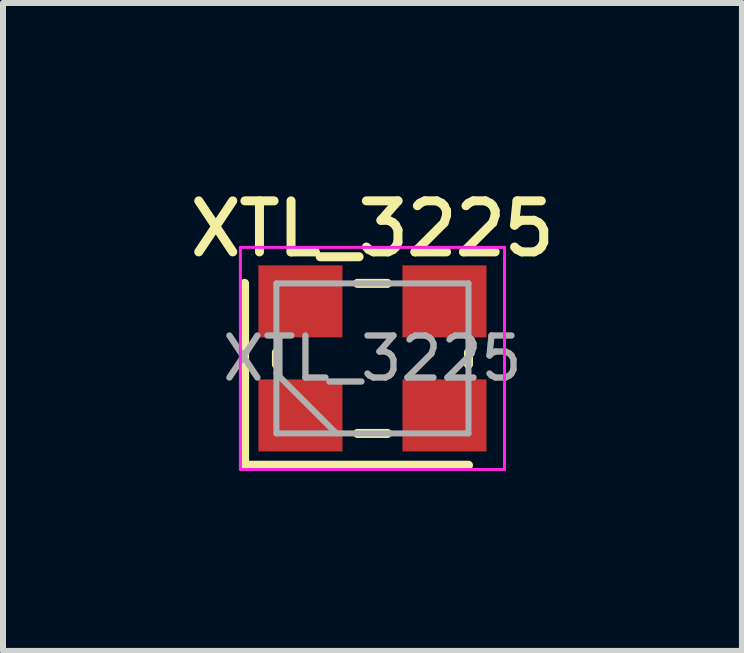
<source format=kicad_pcb>
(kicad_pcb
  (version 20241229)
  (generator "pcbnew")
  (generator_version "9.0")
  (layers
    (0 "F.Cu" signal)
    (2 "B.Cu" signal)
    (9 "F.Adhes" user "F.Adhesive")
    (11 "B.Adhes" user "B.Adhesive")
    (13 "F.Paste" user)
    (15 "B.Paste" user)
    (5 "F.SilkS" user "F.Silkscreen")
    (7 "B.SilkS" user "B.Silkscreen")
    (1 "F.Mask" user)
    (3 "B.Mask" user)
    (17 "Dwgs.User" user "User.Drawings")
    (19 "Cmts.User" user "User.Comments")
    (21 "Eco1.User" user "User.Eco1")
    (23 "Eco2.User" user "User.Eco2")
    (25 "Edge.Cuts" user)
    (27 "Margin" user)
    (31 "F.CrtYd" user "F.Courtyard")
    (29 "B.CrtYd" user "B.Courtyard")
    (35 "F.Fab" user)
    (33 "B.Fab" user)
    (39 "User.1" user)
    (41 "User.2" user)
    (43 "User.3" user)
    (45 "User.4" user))
  (footprint "XTL_3225"
    (layer "F.Cu")
    (at 3.155 2.921)
    (property "Reference" "XTL_3225" (at 0 -2.16 0) (layer "F.SilkS") (effects (font (size 0.85 0.85) (thickness 0.15))))
    (attr smd)
    (fp_line (start -2.13 -1.25) (end -2.13 1.78) (stroke (width 0.15) (type solid)) (layer "F.SilkS"))
    (fp_line (start -2.13 1.78) (end 1.6 1.78) (stroke (width 0.15) (type solid)) (layer "F.SilkS"))
    (fp_line (start -1.6 -0.1) (end -1.6 0.1) (stroke (width 0.15) (type solid)) (layer "F.SilkS"))
    (fp_line (start -0.25 -1.25) (end 0.25 -1.25) (stroke (width 0.15) (type solid)) (layer "F.SilkS"))
    (fp_line (start 0.25 1.25) (end -0.25 1.25) (stroke (width 0.15) (type solid)) (layer "F.SilkS"))
    (fp_line (start 1.6 -0.1) (end 1.6 0.1) (stroke (width 0.15) (type solid)) (layer "F.SilkS"))
    (fp_line (start -2.2 -1.85) (end -2.2 1.85) (stroke (width 0.05) (type solid)) (layer "F.CrtYd"))
    (fp_line (start -2.2 1.85) (end 2.2 1.85) (stroke (width 0.05) (type solid)) (layer "F.CrtYd"))
    (fp_line (start 2.2 -1.85) (end -2.2 -1.85) (stroke (width 0.05) (type solid)) (layer "F.CrtYd"))
    (fp_line (start 2.2 1.85) (end 2.2 -1.85) (stroke (width 0.05) (type solid)) (layer "F.CrtYd"))
    (fp_line (start -1.6 -1.25) (end -1.6 1.25) (stroke (width 0.1) (type solid)) (layer "F.Fab"))
    (fp_line (start -1.6 0.25) (end -0.6 1.25) (stroke (width 0.1) (type solid)) (layer "F.Fab"))
    (fp_line (start -1.6 1.25) (end 1.6 1.25) (stroke (width 0.1) (type solid)) (layer "F.Fab"))
    (fp_line (start 1.6 -1.25) (end -1.6 -1.25) (stroke (width 0.1) (type solid)) (layer "F.Fab"))
    (fp_line (start 1.6 1.25) (end 1.6 -1.25) (stroke (width 0.1) (type solid)) (layer "F.Fab"))
    (fp_text user "${REFERENCE}" (at 0 0 0) (layer "F.Fab") (effects (font (size 0.7 0.7) (thickness 0.105))))
    (pad "1" smd rect (at -1.2 0.95) (size 1.4 1.2) (layers "F.Cu" "F.Mask" "F.Paste"))
    (pad "2" smd rect (at 1.2 0.95) (size 1.4 1.2) (layers "F.Cu" "F.Mask" "F.Paste"))
    (pad "3" smd rect (at 1.2 -0.95) (size 1.4 1.2) (layers "F.Cu" "F.Mask" "F.Paste"))
    (pad "4" smd rect (at -1.2 -0.95) (size 1.4 1.2) (layers "F.Cu" "F.Mask" "F.Paste")))
  (gr_rect
    (start -3 -3)
    (end 9.311 7.795)
    (stroke (width 0.1) (type default))
    (fill no)
    (layer "Edge.Cuts")))
</source>
